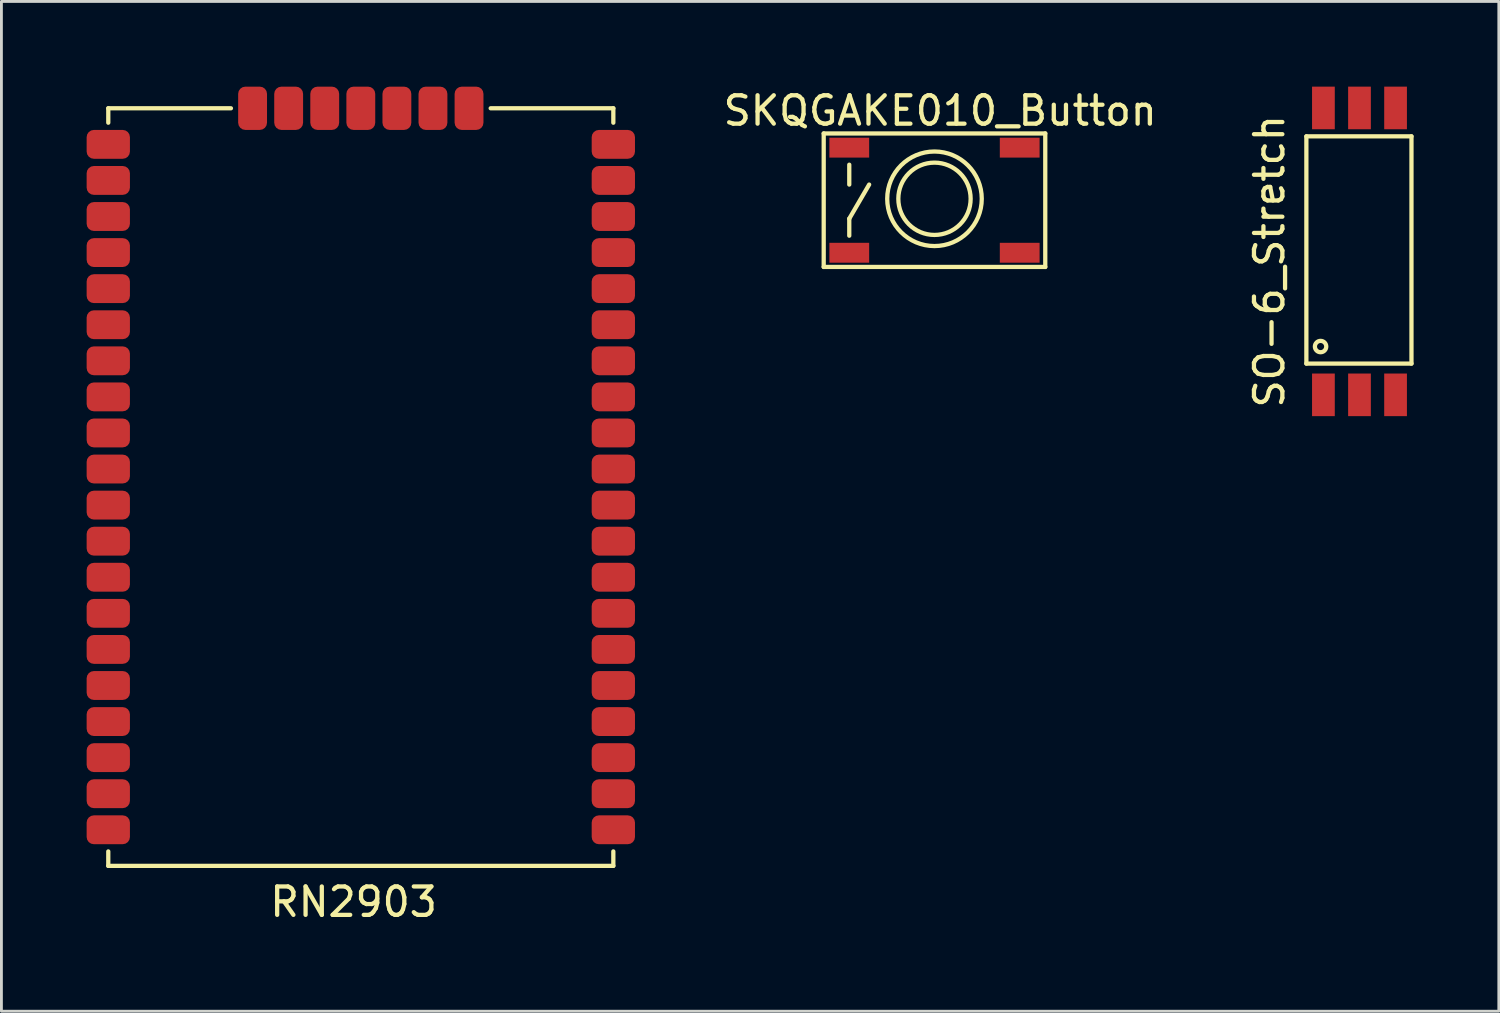
<source format=kicad_pcb>
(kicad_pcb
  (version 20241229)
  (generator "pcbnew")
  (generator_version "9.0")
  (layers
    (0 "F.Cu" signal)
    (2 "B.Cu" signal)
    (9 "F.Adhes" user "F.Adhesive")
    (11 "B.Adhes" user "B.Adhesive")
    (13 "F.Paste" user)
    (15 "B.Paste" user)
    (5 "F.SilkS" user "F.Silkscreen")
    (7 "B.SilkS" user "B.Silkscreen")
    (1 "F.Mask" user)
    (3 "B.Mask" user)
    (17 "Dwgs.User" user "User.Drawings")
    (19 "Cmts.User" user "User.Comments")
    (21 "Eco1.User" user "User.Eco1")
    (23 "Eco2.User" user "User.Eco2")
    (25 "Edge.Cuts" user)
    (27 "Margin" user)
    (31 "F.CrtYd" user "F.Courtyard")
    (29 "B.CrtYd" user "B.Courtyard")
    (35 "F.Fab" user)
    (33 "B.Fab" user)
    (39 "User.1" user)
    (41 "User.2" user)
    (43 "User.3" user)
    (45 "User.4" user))
  (footprint "SO-6_Stretch"
    (layer "F.Cu")
    (at 43.54 10.85)
    (property "Reference" "SO-6_Stretch" (at -1.9 -4.7 90) (layer "F.SilkS") (effects (font (size 1 1) (thickness 0.15))))
    (attr through_hole)
    (fp_line (start -0.6 -9.1) (end -0.6 -1.1) (stroke (width 0.15) (type solid)) (layer "F.SilkS"))
    (fp_line (start -0.6 -1.1) (end 3.1 -1.1) (stroke (width 0.15) (type solid)) (layer "F.SilkS"))
    (fp_line (start 3.1 -9.1) (end -0.6 -9.1) (stroke (width 0.15) (type solid)) (layer "F.SilkS"))
    (fp_line (start 3.1 -1.1) (end 3.1 -9.1) (stroke (width 0.15) (type solid)) (layer "F.SilkS"))
    (fp_circle (center -0.1 -1.7) (end -0.1 -1.5) (stroke (width 0.15) (type solid)) (fill no) (layer "F.SilkS"))
    (pad "1" smd rect (at 0 0) (size 0.8 1.5) (layers "F.Cu" "F.Mask" "F.Paste"))
    (pad "2" smd rect (at 1.27 0) (size 0.8 1.5) (layers "F.Cu" "F.Mask" "F.Paste"))
    (pad "3" smd rect (at 2.54 0) (size 0.8 1.5) (layers "F.Cu" "F.Mask" "F.Paste"))
    (pad "4" smd rect (at 2.54 -10.1) (size 0.8 1.5) (layers "F.Cu" "F.Mask" "F.Paste"))
    (pad "5" smd rect (at 1.27 -10.1) (size 0.8 1.5) (layers "F.Cu" "F.Mask" "F.Paste"))
    (pad "6" smd rect (at 0 -10.1) (size 0.8 1.5) (layers "F.Cu" "F.Mask" "F.Paste")))
  (footprint "RN2903"
    (layer "F.Cu")
    (at 0.762 27.432)
    (property "Reference" "RN2903" (at 8.636 1.27 0) (layer "F.SilkS") (effects (font (size 1 1) (thickness 0.15))))
    (attr through_hole)
    (fp_line (start 0 -26.67) (end 4.318 -26.67) (stroke (width 0.15) (type solid)) (layer "F.SilkS"))
    (fp_line (start 0 -26.162) (end 0 -26.67) (stroke (width 0.15) (type solid)) (layer "F.SilkS"))
    (fp_line (start 0 -0.508) (end 0 0) (stroke (width 0.15) (type solid)) (layer "F.SilkS"))
    (fp_line (start 0 0) (end 17.78 0) (stroke (width 0.15) (type solid)) (layer "F.SilkS"))
    (fp_line (start 13.462 -26.67) (end 17.78 -26.67) (stroke (width 0.15) (type solid)) (layer "F.SilkS"))
    (fp_line (start 17.78 -26.67) (end 17.78 -26.162) (stroke (width 0.15) (type solid)) (layer "F.SilkS"))
    (fp_line (start 17.78 0) (end 17.78 -0.508) (stroke (width 0.15) (type solid)) (layer "F.SilkS"))
    (pad "1" smd roundrect (at 17.78 -1.27 90) (size 1.016 1.524) (layers "F.Cu" "F.Mask" "F.Paste") (roundrect_rratio 0.25))
    (pad "2" smd roundrect (at 17.78 -2.54 90) (size 1.016 1.524) (layers "F.Cu" "F.Mask" "F.Paste") (roundrect_rratio 0.25))
    (pad "3" smd roundrect (at 17.78 -3.81 90) (size 1.016 1.524) (layers "F.Cu" "F.Mask" "F.Paste") (roundrect_rratio 0.25))
    (pad "4" smd roundrect (at 17.78 -5.08 90) (size 1.016 1.524) (layers "F.Cu" "F.Mask" "F.Paste") (roundrect_rratio 0.25))
    (pad "5" smd roundrect (at 17.78 -6.35 90) (size 1.016 1.524) (layers "F.Cu" "F.Mask" "F.Paste") (roundrect_rratio 0.25))
    (pad "6" smd roundrect (at 17.78 -7.62 90) (size 1.016 1.524) (layers "F.Cu" "F.Mask" "F.Paste") (roundrect_rratio 0.25))
    (pad "7" smd roundrect (at 17.78 -8.89 90) (size 1.016 1.524) (layers "F.Cu" "F.Mask" "F.Paste") (roundrect_rratio 0.25))
    (pad "8" smd roundrect (at 17.78 -10.16 90) (size 1.016 1.524) (layers "F.Cu" "F.Mask" "F.Paste") (roundrect_rratio 0.25))
    (pad "9" smd roundrect (at 17.78 -11.43 90) (size 1.016 1.524) (layers "F.Cu" "F.Mask" "F.Paste") (roundrect_rratio 0.25))
    (pad "10" smd roundrect (at 17.78 -12.7 90) (size 1.016 1.524) (layers "F.Cu" "F.Mask" "F.Paste") (roundrect_rratio 0.25))
    (pad "11" smd roundrect (at 17.78 -13.97 90) (size 1.016 1.524) (layers "F.Cu" "F.Mask" "F.Paste") (roundrect_rratio 0.25))
    (pad "12" smd roundrect (at 17.78 -15.24 90) (size 1.016 1.524) (layers "F.Cu" "F.Mask" "F.Paste") (roundrect_rratio 0.25))
    (pad "13" smd roundrect (at 17.78 -16.51 90) (size 1.016 1.524) (layers "F.Cu" "F.Mask" "F.Paste") (roundrect_rratio 0.25))
    (pad "14" smd roundrect (at 17.78 -17.78 90) (size 1.016 1.524) (layers "F.Cu" "F.Mask" "F.Paste") (roundrect_rratio 0.25))
    (pad "15" smd roundrect (at 17.78 -19.05 90) (size 1.016 1.524) (layers "F.Cu" "F.Mask" "F.Paste") (roundrect_rratio 0.25))
    (pad "16" smd roundrect (at 17.78 -20.32 90) (size 1.016 1.524) (layers "F.Cu" "F.Mask" "F.Paste") (roundrect_rratio 0.25))
    (pad "17" smd roundrect (at 17.78 -21.59 90) (size 1.016 1.524) (layers "F.Cu" "F.Mask" "F.Paste") (roundrect_rratio 0.25))
    (pad "18" smd roundrect (at 17.78 -22.86 90) (size 1.016 1.524) (layers "F.Cu" "F.Mask" "F.Paste") (roundrect_rratio 0.25))
    (pad "19" smd roundrect (at 17.78 -24.13 90) (size 1.016 1.524) (layers "F.Cu" "F.Mask" "F.Paste") (roundrect_rratio 0.25))
    (pad "20" smd roundrect (at 17.78 -25.4 90) (size 1.016 1.524) (layers "F.Cu" "F.Mask" "F.Paste") (roundrect_rratio 0.25))
    (pad "21" smd roundrect (at 12.7 -26.67 180) (size 1.016 1.524) (layers "F.Cu" "F.Mask" "F.Paste") (roundrect_rratio 0.25))
    (pad "22" smd roundrect (at 11.43 -26.67 180) (size 1.016 1.524) (layers "F.Cu" "F.Mask" "F.Paste") (roundrect_rratio 0.25))
    (pad "23" smd roundrect (at 10.16 -26.67 180) (size 1.016 1.524) (layers "F.Cu" "F.Mask" "F.Paste") (roundrect_rratio 0.25))
    (pad "24" smd roundrect (at 8.89 -26.67 180) (size 1.016 1.524) (layers "F.Cu" "F.Mask" "F.Paste") (roundrect_rratio 0.25))
    (pad "25" smd roundrect (at 7.62 -26.67 180) (size 1.016 1.524) (layers "F.Cu" "F.Mask" "F.Paste") (roundrect_rratio 0.25))
    (pad "26" smd roundrect (at 6.35 -26.67 180) (size 1.016 1.524) (layers "F.Cu" "F.Mask" "F.Paste") (roundrect_rratio 0.25))
    (pad "27" smd roundrect (at 5.08 -26.67 180) (size 1.016 1.524) (layers "F.Cu" "F.Mask" "F.Paste") (roundrect_rratio 0.25))
    (pad "28" smd roundrect (at 0 -25.4 90) (size 1.016 1.524) (layers "F.Cu" "F.Mask" "F.Paste") (roundrect_rratio 0.25))
    (pad "29" smd roundrect (at 0 -24.13 90) (size 1.016 1.524) (layers "F.Cu" "F.Mask" "F.Paste") (roundrect_rratio 0.25))
    (pad "30" smd roundrect (at 0 -22.86 90) (size 1.016 1.524) (layers "F.Cu" "F.Mask" "F.Paste") (roundrect_rratio 0.25))
    (pad "31" smd roundrect (at 0 -21.59 90) (size 1.016 1.524) (layers "F.Cu" "F.Mask" "F.Paste") (roundrect_rratio 0.25))
    (pad "32" smd roundrect (at 0 -20.32 90) (size 1.016 1.524) (layers "F.Cu" "F.Mask" "F.Paste") (roundrect_rratio 0.25))
    (pad "33" smd roundrect (at 0 -19.05 90) (size 1.016 1.524) (layers "F.Cu" "F.Mask" "F.Paste") (roundrect_rratio 0.25))
    (pad "34" smd roundrect (at 0 -17.78 90) (size 1.016 1.524) (layers "F.Cu" "F.Mask" "F.Paste") (roundrect_rratio 0.25))
    (pad "35" smd roundrect (at 0 -16.51 90) (size 1.016 1.524) (layers "F.Cu" "F.Mask" "F.Paste") (roundrect_rratio 0.25))
    (pad "36" smd roundrect (at 0 -15.24 90) (size 1.016 1.524) (layers "F.Cu" "F.Mask" "F.Paste") (roundrect_rratio 0.25))
    (pad "37" smd roundrect (at 0 -13.97 90) (size 1.016 1.524) (layers "F.Cu" "F.Mask" "F.Paste") (roundrect_rratio 0.25))
    (pad "38" smd roundrect (at 0 -12.7 90) (size 1.016 1.524) (layers "F.Cu" "F.Mask" "F.Paste") (roundrect_rratio 0.25))
    (pad "39" smd roundrect (at 0 -11.43 90) (size 1.016 1.524) (layers "F.Cu" "F.Mask" "F.Paste") (roundrect_rratio 0.25))
    (pad "40" smd roundrect (at 0 -10.16 90) (size 1.016 1.524) (layers "F.Cu" "F.Mask" "F.Paste") (roundrect_rratio 0.25))
    (pad "41" smd roundrect (at 0 -8.89 90) (size 1.016 1.524) (layers "F.Cu" "F.Mask" "F.Paste") (roundrect_rratio 0.25))
    (pad "42" smd roundrect (at 0 -7.62 90) (size 1.016 1.524) (layers "F.Cu" "F.Mask" "F.Paste") (roundrect_rratio 0.25))
    (pad "43" smd roundrect (at 0 -6.35 90) (size 1.016 1.524) (layers "F.Cu" "F.Mask" "F.Paste") (roundrect_rratio 0.25))
    (pad "44" smd roundrect (at 0 -5.08 90) (size 1.016 1.524) (layers "F.Cu" "F.Mask" "F.Paste") (roundrect_rratio 0.25))
    (pad "45" smd roundrect (at 0 -3.81 90) (size 1.016 1.524) (layers "F.Cu" "F.Mask" "F.Paste") (roundrect_rratio 0.25))
    (pad "46" smd roundrect (at 0 -2.54 90) (size 1.016 1.524) (layers "F.Cu" "F.Mask" "F.Paste") (roundrect_rratio 0.25))
    (pad "47" smd roundrect (at 0 -1.27 90) (size 1.016 1.524) (layers "F.Cu" "F.Mask" "F.Paste") (roundrect_rratio 0.25)))
  (footprint "SKQGAKE010_Button"
    (layer "F.Cu")
    (at 26.848 2.148)
    (property "Reference" "SKQGAKE010_Button" (at 3.2 -1.3 0) (layer "F.SilkS") (effects (font (size 1 1) (thickness 0.15))))
    (attr through_hole)
    (fp_line (start -0.9 -0.5) (end -0.9 4.2) (stroke (width 0.15) (type solid)) (layer "F.SilkS"))
    (fp_line (start -0.9 4.2) (end 6.9 4.2) (stroke (width 0.15) (type solid)) (layer "F.SilkS"))
    (fp_line (start 0 1.3) (end 0 0.6) (stroke (width 0.15) (type solid)) (layer "F.SilkS"))
    (fp_line (start 0 2.5) (end 0.7 1.3) (stroke (width 0.15) (type solid)) (layer "F.SilkS"))
    (fp_line (start 0 3.1) (end 0 2.5) (stroke (width 0.15) (type solid)) (layer "F.SilkS"))
    (fp_line (start 6.9 -0.5) (end -0.9 -0.5) (stroke (width 0.15) (type solid)) (layer "F.SilkS"))
    (fp_line (start 6.9 4.2) (end 6.9 -0.5) (stroke (width 0.15) (type solid)) (layer "F.SilkS"))
    (fp_circle (center 3 1.8) (end 3.9 0.9) (stroke (width 0.15) (type solid)) (fill no) (layer "F.SilkS"))
    (fp_circle (center 3 1.8) (end 4.4 0.9) (stroke (width 0.15) (type solid)) (fill no) (layer "F.SilkS"))
    (pad "1" smd rect (at 0 0) (size 1.4 0.7) (layers "F.Cu" "F.Mask" "F.Paste"))
    (pad "1" smd rect (at 6 0) (size 1.4 0.7) (layers "F.Cu" "F.Mask" "F.Paste"))
    (pad "2" smd rect (at 0 3.7) (size 1.4 0.7) (layers "F.Cu" "F.Mask" "F.Paste"))
    (pad "2" smd rect (at 6 3.7) (size 1.4 0.7) (layers "F.Cu" "F.Mask" "F.Paste")))
  (gr_rect
    (start -3 -3)
    (end 49.715 32.55)
    (stroke (width 0.1) (type default))
    (fill no)
    (layer "Edge.Cuts")))
</source>
